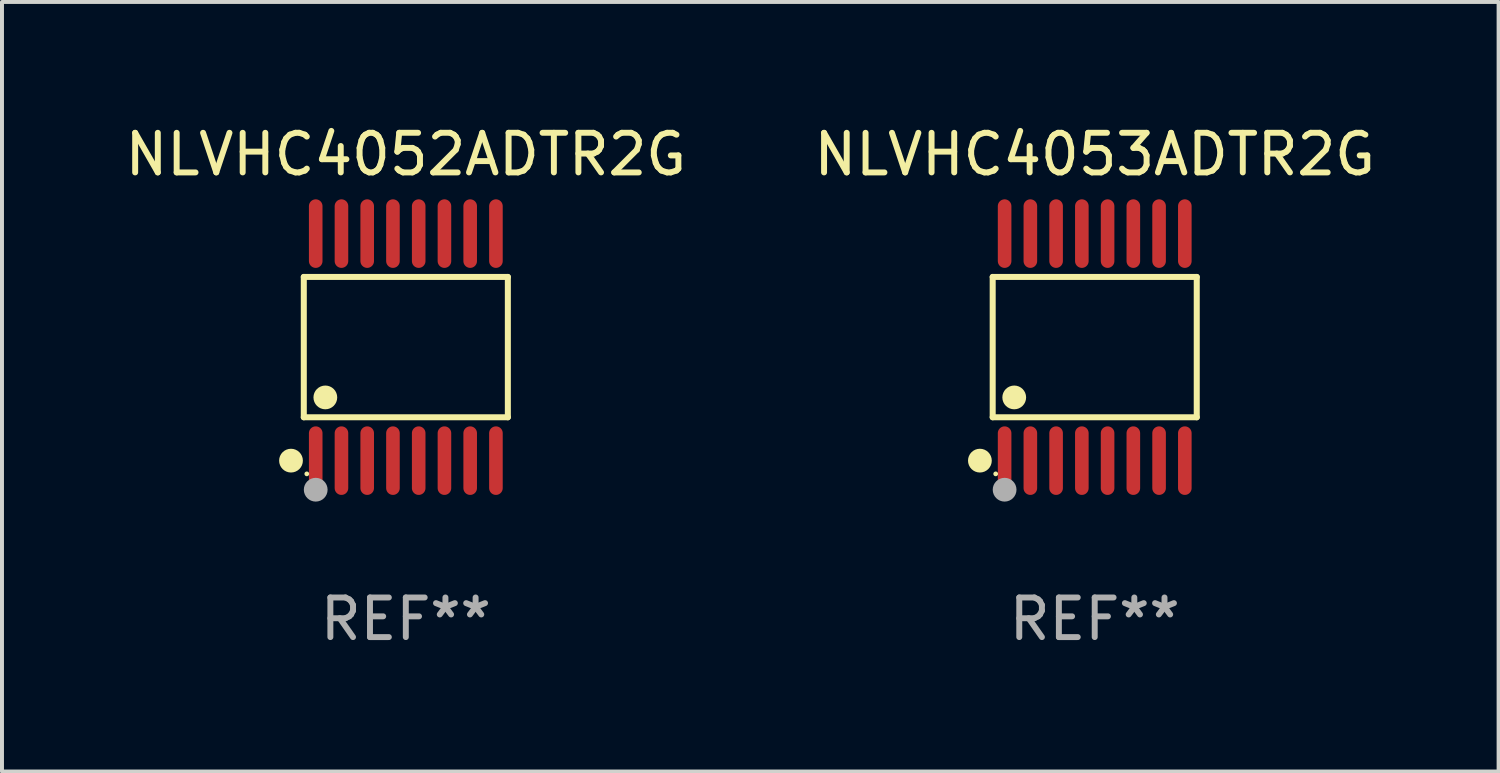
<source format=kicad_pcb>
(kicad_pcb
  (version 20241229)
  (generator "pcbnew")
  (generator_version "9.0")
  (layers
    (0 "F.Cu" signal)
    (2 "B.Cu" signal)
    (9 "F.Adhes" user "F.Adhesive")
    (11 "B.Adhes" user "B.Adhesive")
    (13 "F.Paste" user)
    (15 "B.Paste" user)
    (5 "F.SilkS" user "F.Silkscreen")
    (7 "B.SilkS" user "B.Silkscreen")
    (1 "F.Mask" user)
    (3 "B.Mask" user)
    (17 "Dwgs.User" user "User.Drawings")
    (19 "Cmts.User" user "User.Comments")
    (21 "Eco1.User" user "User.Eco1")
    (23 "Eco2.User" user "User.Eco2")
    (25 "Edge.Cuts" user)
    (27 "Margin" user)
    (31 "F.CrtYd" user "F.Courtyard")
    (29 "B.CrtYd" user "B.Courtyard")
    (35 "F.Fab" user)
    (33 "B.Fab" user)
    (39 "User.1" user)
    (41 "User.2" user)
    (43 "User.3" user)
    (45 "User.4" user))
  (footprint "NLVHC4053ADTR2G"
    (layer "F.Cu")
    (at 24.589 5.714)
    (property "Reference" "NLVHC4053ADTR2G" (at 0 -4.866 0) (layer "F.SilkS") (effects (font (size 1 1) (thickness 0.15))))
    (attr through_hole)
    (fp_line (start -2.576 -1.772) (end 2.576 -1.772) (stroke (width 0.152) (type solid)) (layer "F.SilkS"))
    (fp_line (start -2.576 1.771) (end -2.576 -1.772) (stroke (width 0.152) (type solid)) (layer "F.SilkS"))
    (fp_line (start 2.576 -1.772) (end 2.576 1.771) (stroke (width 0.152) (type solid)) (layer "F.SilkS"))
    (fp_line (start 2.576 1.771) (end -2.576 1.771) (stroke (width 0.152) (type solid)) (layer "F.SilkS"))
    (fp_circle (center -2.899 2.866) (end -2.749 2.866) (stroke (width 0.3) (type solid)) (fill no) (layer "F.SilkS"))
    (fp_circle (center -2.5 3.2) (end -2.47 3.2) (stroke (width 0.06) (type solid)) (fill no) (layer "F.SilkS"))
    (fp_circle (center -2.032 1.27) (end -1.882 1.27) (stroke (width 0.3) (type solid)) (fill no) (layer "F.SilkS"))
    (fp_circle (center -2.275 3.6) (end -2.125 3.6) (stroke (width 0.3) (type solid)) (fill no) (layer "F.Fab"))
    (fp_text user "REF**" (at 0 6.866 0) (layer "F.Fab") (effects (font (size 1 1) (thickness 0.15))))
    (pad "1" smd oval (at -2.275 2.866) (size 0.343 1.731) (layers "F.Cu" "F.Mask" "F.Paste"))
    (pad "2" smd oval (at -1.625 2.866) (size 0.343 1.731) (layers "F.Cu" "F.Mask" "F.Paste"))
    (pad "3" smd oval (at -0.975 2.866) (size 0.343 1.731) (layers "F.Cu" "F.Mask" "F.Paste"))
    (pad "4" smd oval (at -0.325 2.866) (size 0.343 1.731) (layers "F.Cu" "F.Mask" "F.Paste"))
    (pad "5" smd oval (at 0.325 2.866) (size 0.343 1.731) (layers "F.Cu" "F.Mask" "F.Paste"))
    (pad "6" smd oval (at 0.975 2.866) (size 0.343 1.731) (layers "F.Cu" "F.Mask" "F.Paste"))
    (pad "7" smd oval (at 1.625 2.866) (size 0.343 1.731) (layers "F.Cu" "F.Mask" "F.Paste"))
    (pad "8" smd oval (at 2.275 2.866) (size 0.343 1.731) (layers "F.Cu" "F.Mask" "F.Paste"))
    (pad "9" smd oval (at 2.275 -2.866) (size 0.343 1.731) (layers "F.Cu" "F.Mask" "F.Paste"))
    (pad "10" smd oval (at 1.625 -2.866) (size 0.343 1.731) (layers "F.Cu" "F.Mask" "F.Paste"))
    (pad "11" smd oval (at 0.975 -2.866) (size 0.343 1.731) (layers "F.Cu" "F.Mask" "F.Paste"))
    (pad "12" smd oval (at 0.325 -2.866) (size 0.343 1.731) (layers "F.Cu" "F.Mask" "F.Paste"))
    (pad "13" smd oval (at -0.325 -2.866) (size 0.343 1.731) (layers "F.Cu" "F.Mask" "F.Paste"))
    (pad "14" smd oval (at -0.975 -2.866) (size 0.343 1.731) (layers "F.Cu" "F.Mask" "F.Paste"))
    (pad "15" smd oval (at -1.625 -2.866) (size 0.343 1.731) (layers "F.Cu" "F.Mask" "F.Paste"))
    (pad "16" smd oval (at -2.275 -2.866) (size 0.343 1.731) (layers "F.Cu" "F.Mask" "F.Paste")))
  (footprint "NLVHC4052ADTR2G"
    (layer "F.Cu")
    (at 7.196 5.714)
    (property "Reference" "NLVHC4052ADTR2G" (at 0 -4.866 0) (layer "F.SilkS") (effects (font (size 1 1) (thickness 0.15))))
    (attr through_hole)
    (fp_line (start -2.576 -1.772) (end 2.576 -1.772) (stroke (width 0.152) (type solid)) (layer "F.SilkS"))
    (fp_line (start -2.576 1.771) (end -2.576 -1.772) (stroke (width 0.152) (type solid)) (layer "F.SilkS"))
    (fp_line (start 2.576 -1.772) (end 2.576 1.771) (stroke (width 0.152) (type solid)) (layer "F.SilkS"))
    (fp_line (start 2.576 1.771) (end -2.576 1.771) (stroke (width 0.152) (type solid)) (layer "F.SilkS"))
    (fp_circle (center -2.899 2.866) (end -2.749 2.866) (stroke (width 0.3) (type solid)) (fill no) (layer "F.SilkS"))
    (fp_circle (center -2.5 3.2) (end -2.47 3.2) (stroke (width 0.06) (type solid)) (fill no) (layer "F.SilkS"))
    (fp_circle (center -2.032 1.27) (end -1.882 1.27) (stroke (width 0.3) (type solid)) (fill no) (layer "F.SilkS"))
    (fp_circle (center -2.275 3.6) (end -2.125 3.6) (stroke (width 0.3) (type solid)) (fill no) (layer "F.Fab"))
    (fp_text user "REF**" (at 0 6.866 0) (layer "F.Fab") (effects (font (size 1 1) (thickness 0.15))))
    (pad "1" smd oval (at -2.275 2.866) (size 0.343 1.731) (layers "F.Cu" "F.Mask" "F.Paste"))
    (pad "2" smd oval (at -1.625 2.866) (size 0.343 1.731) (layers "F.Cu" "F.Mask" "F.Paste"))
    (pad "3" smd oval (at -0.975 2.866) (size 0.343 1.731) (layers "F.Cu" "F.Mask" "F.Paste"))
    (pad "4" smd oval (at -0.325 2.866) (size 0.343 1.731) (layers "F.Cu" "F.Mask" "F.Paste"))
    (pad "5" smd oval (at 0.325 2.866) (size 0.343 1.731) (layers "F.Cu" "F.Mask" "F.Paste"))
    (pad "6" smd oval (at 0.975 2.866) (size 0.343 1.731) (layers "F.Cu" "F.Mask" "F.Paste"))
    (pad "7" smd oval (at 1.625 2.866) (size 0.343 1.731) (layers "F.Cu" "F.Mask" "F.Paste"))
    (pad "8" smd oval (at 2.275 2.866) (size 0.343 1.731) (layers "F.Cu" "F.Mask" "F.Paste"))
    (pad "9" smd oval (at 2.275 -2.866) (size 0.343 1.731) (layers "F.Cu" "F.Mask" "F.Paste"))
    (pad "10" smd oval (at 1.625 -2.866) (size 0.343 1.731) (layers "F.Cu" "F.Mask" "F.Paste"))
    (pad "11" smd oval (at 0.975 -2.866) (size 0.343 1.731) (layers "F.Cu" "F.Mask" "F.Paste"))
    (pad "12" smd oval (at 0.325 -2.866) (size 0.343 1.731) (layers "F.Cu" "F.Mask" "F.Paste"))
    (pad "13" smd oval (at -0.325 -2.866) (size 0.343 1.731) (layers "F.Cu" "F.Mask" "F.Paste"))
    (pad "14" smd oval (at -0.975 -2.866) (size 0.343 1.731) (layers "F.Cu" "F.Mask" "F.Paste"))
    (pad "15" smd oval (at -1.625 -2.866) (size 0.343 1.731) (layers "F.Cu" "F.Mask" "F.Paste"))
    (pad "16" smd oval (at -2.275 -2.866) (size 0.343 1.731) (layers "F.Cu" "F.Mask" "F.Paste")))
  (gr_rect
    (start -3 -3)
    (end 34.786 16.428)
    (stroke (width 0.1) (type default))
    (fill no)
    (layer "Edge.Cuts")))
</source>
